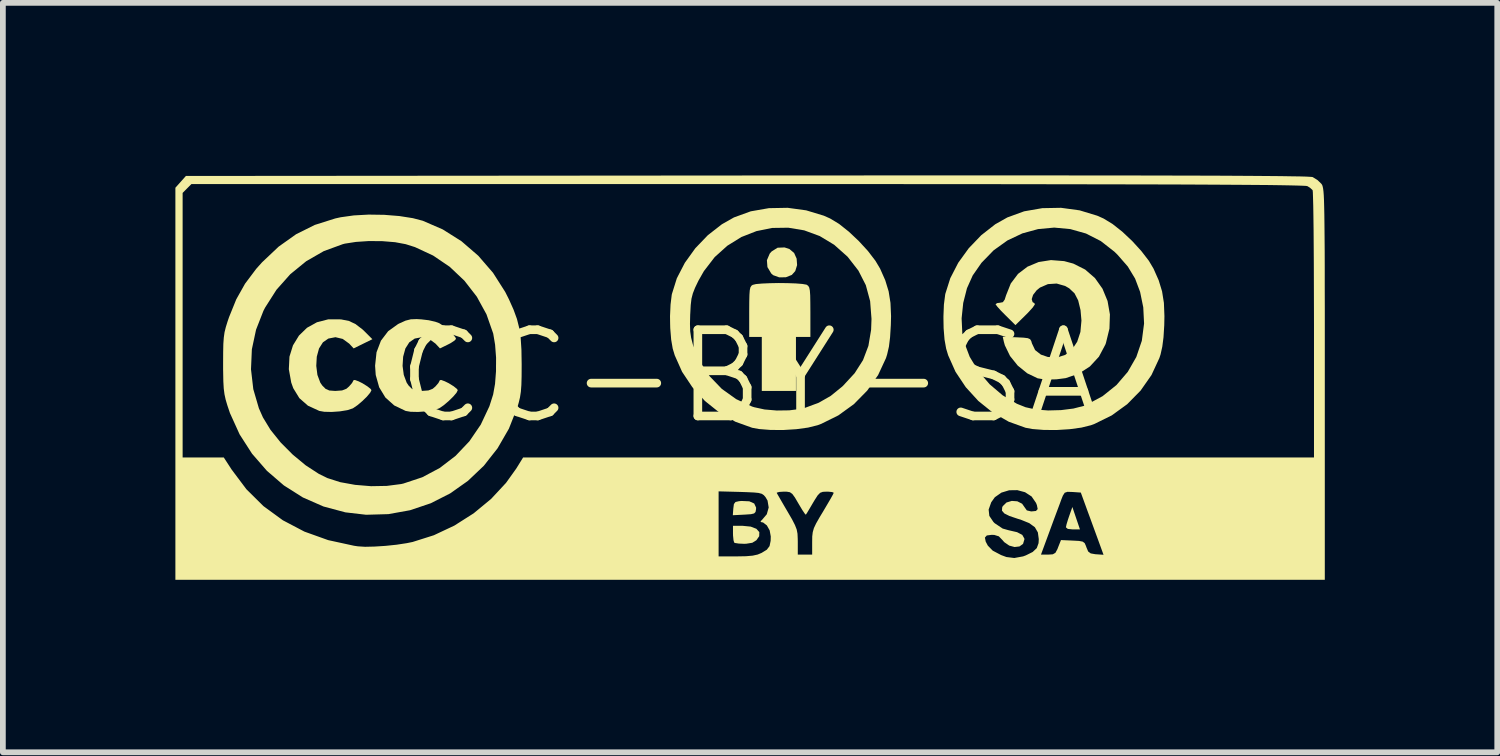
<source format=kicad_pcb>
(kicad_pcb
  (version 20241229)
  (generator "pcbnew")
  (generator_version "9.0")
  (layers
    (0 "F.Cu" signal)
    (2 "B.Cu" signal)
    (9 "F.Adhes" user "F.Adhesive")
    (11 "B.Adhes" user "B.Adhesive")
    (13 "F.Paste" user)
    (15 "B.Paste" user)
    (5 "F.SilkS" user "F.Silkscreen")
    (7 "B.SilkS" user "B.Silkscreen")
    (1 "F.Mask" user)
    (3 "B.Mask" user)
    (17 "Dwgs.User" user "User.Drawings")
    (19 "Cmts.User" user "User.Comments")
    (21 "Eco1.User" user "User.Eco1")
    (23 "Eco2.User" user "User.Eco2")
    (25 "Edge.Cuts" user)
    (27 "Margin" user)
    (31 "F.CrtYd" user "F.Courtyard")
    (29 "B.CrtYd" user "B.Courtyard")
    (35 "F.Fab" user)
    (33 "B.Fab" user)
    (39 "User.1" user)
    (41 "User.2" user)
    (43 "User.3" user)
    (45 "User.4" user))
  (footprint "CC-BY-SA"
    (layer "F.Cu")
    (at 9.979 3.498)
    (property "Reference" "CC-BY-SA" (at 0 0 0) (layer "F.SilkS") (effects (font (size 1.5 1.5) (thickness 0.15))))
    (attr board_only exclude_from_pos_files exclude_from_bom)
    (fp_poly (pts (xy 5.686 2.464) (xy 5.752 2.659) (xy 5.628 2.659) (xy 5.541 2.65) (xy 5.508 2.623) (xy 5.508 2.62) (xy 5.519 2.569) (xy 5.545 2.484) (xy 5.565 2.425) (xy 5.62 2.269)) (stroke (width 0) (type solid)) (fill yes) (layer "F.SilkS"))
    (fp_poly (pts (xy 0.002 2.17) (xy 0.087 2.208) (xy 0.12 2.279) (xy 0.119 2.309) (xy 0.11 2.355) (xy 0.085 2.381) (xy 0.031 2.394) (xy -0.07 2.401) (xy -0.088 2.402) (xy -0.285 2.412) (xy -0.276 2.293) (xy -0.266 2.218) (xy -0.239 2.182) (xy -0.178 2.168) (xy -0.134 2.164)) (stroke (width 0) (type solid)) (fill yes) (layer "F.SilkS"))
    (fp_poly (pts (xy 0.026 2.61) (xy 0.125 2.648) (xy 0.176 2.706) (xy 0.174 2.777) (xy 0.125 2.847) (xy 0.054 2.891) (xy -0.052 2.908) (xy -0.089 2.909) (xy -0.181 2.905) (xy -0.246 2.895) (xy -0.261 2.888) (xy -0.273 2.847) (xy -0.281 2.767) (xy -0.282 2.732) (xy -0.282 2.596) (xy -0.116 2.596)) (stroke (width 0) (type solid)) (fill yes) (layer "F.SilkS"))
    (fp_poly (pts (xy 0.7 -2.217) (xy 0.781 -2.149) (xy 0.825 -2.05) (xy 0.833 -1.938) (xy 0.801 -1.834) (xy 0.741 -1.767) (xy 0.637 -1.726) (xy 0.521 -1.725) (xy 0.418 -1.762) (xy 0.384 -1.791) (xy 0.317 -1.903) (xy 0.308 -2.023) (xy 0.357 -2.138) (xy 0.39 -2.175) (xy 0.493 -2.24) (xy 0.615 -2.245)) (stroke (width 0) (type solid)) (fill yes) (layer "F.SilkS"))
    (fp_poly (pts (xy 0.669 -1.624) (xy 0.811 -1.619) (xy 0.924 -1.61) (xy 0.994 -1.598) (xy 1.003 -1.594) (xy 1.027 -1.576) (xy 1.044 -1.547) (xy 1.055 -1.494) (xy 1.061 -1.409) (xy 1.063 -1.281) (xy 1.064 -1.125) (xy 1.064 -0.688) (xy 0.938 -0.688) (xy 0.813 -0.688) (xy 0.813 -0.219) (xy 0.813 0.25) (xy 0.516 0.25) (xy 0.219 0.25) (xy 0.219 -0.219) (xy 0.219 -0.688) (xy 0.109 -0.688) (xy 0 -0.688) (xy 0 -1.125) (xy 0.001 -1.3) (xy 0.004 -1.422) (xy 0.01 -1.502) (xy 0.021 -1.551) (xy 0.039 -1.579) (xy 0.061 -1.594) (xy 0.118 -1.608) (xy 0.223 -1.617) (xy 0.359 -1.623) (xy 0.513 -1.626)) (stroke (width 0) (type solid)) (fill yes) (layer "F.SilkS"))
    (fp_poly (pts (xy -7.1 -0.994) (xy -6.96 -0.966) (xy -6.848 -0.913) (xy -6.727 -0.821) (xy -6.694 -0.79) (xy -6.553 -0.649) (xy -6.716 -0.569) (xy -6.879 -0.489) (xy -6.956 -0.572) (xy -7.069 -0.654) (xy -7.195 -0.684) (xy -7.319 -0.66) (xy -7.413 -0.595) (xy -7.481 -0.488) (xy -7.52 -0.345) (xy -7.529 -0.185) (xy -7.509 -0.028) (xy -7.459 0.106) (xy -7.424 0.157) (xy -7.366 0.215) (xy -7.302 0.243) (xy -7.207 0.25) (xy -7.19 0.25) (xy -7.08 0.242) (xy -7.005 0.213) (xy -6.959 0.173) (xy -6.907 0.113) (xy -6.882 0.067) (xy -6.882 0.064) (xy -6.857 0.06) (xy -6.794 0.083) (xy -6.726 0.117) (xy -6.641 0.17) (xy -6.584 0.215) (xy -6.569 0.237) (xy -6.592 0.282) (xy -6.649 0.35) (xy -6.728 0.427) (xy -6.813 0.499) (xy -6.889 0.551) (xy -6.897 0.555) (xy -6.989 0.585) (xy -7.119 0.606) (xy -7.261 0.616) (xy -7.39 0.613) (xy -7.476 0.598) (xy -7.674 0.507) (xy -7.823 0.376) (xy -7.929 0.203) (xy -7.964 0.106) (xy -8.006 -0.127) (xy -7.995 -0.346) (xy -7.934 -0.542) (xy -7.83 -0.712) (xy -7.69 -0.848) (xy -7.517 -0.944) (xy -7.319 -0.995)) (stroke (width 0) (type solid)) (fill yes) (layer "F.SilkS"))
    (fp_poly (pts (xy -5.7 -0.994) (xy -5.574 -0.979) (xy -5.46 -0.953) (xy -5.391 -0.928) (xy -5.313 -0.878) (xy -5.229 -0.81) (xy -5.156 -0.739) (xy -5.108 -0.679) (xy -5.099 -0.654) (xy -5.125 -0.625) (xy -5.19 -0.582) (xy -5.238 -0.557) (xy -5.378 -0.489) (xy -5.455 -0.572) (xy -5.567 -0.655) (xy -5.693 -0.684) (xy -5.817 -0.66) (xy -5.911 -0.595) (xy -5.979 -0.488) (xy -6.018 -0.345) (xy -6.028 -0.185) (xy -6.007 -0.028) (xy -5.957 0.106) (xy -5.923 0.157) (xy -5.864 0.215) (xy -5.801 0.243) (xy -5.706 0.25) (xy -5.689 0.25) (xy -5.579 0.242) (xy -5.504 0.213) (xy -5.457 0.173) (xy -5.405 0.113) (xy -5.381 0.067) (xy -5.38 0.064) (xy -5.356 0.06) (xy -5.293 0.083) (xy -5.224 0.117) (xy -5.139 0.17) (xy -5.083 0.215) (xy -5.068 0.237) (xy -5.09 0.282) (xy -5.148 0.35) (xy -5.227 0.427) (xy -5.312 0.499) (xy -5.388 0.551) (xy -5.396 0.555) (xy -5.488 0.585) (xy -5.617 0.606) (xy -5.759 0.616) (xy -5.889 0.613) (xy -5.975 0.598) (xy -6.173 0.503) (xy -6.327 0.365) (xy -6.435 0.187) (xy -6.495 -0.027) (xy -6.506 -0.188) (xy -6.481 -0.422) (xy -6.404 -0.624) (xy -6.279 -0.788) (xy -6.107 -0.912) (xy -6.083 -0.924) (xy -5.976 -0.972) (xy -5.886 -0.995) (xy -5.782 -0.999)) (stroke (width 0) (type solid)) (fill yes) (layer "F.SilkS"))
    (fp_poly (pts (xy 5.477 -2.007) (xy 5.636 -1.964) (xy 5.843 -1.86) (xy 6.013 -1.712) (xy 6.144 -1.527) (xy 6.232 -1.314) (xy 6.273 -1.08) (xy 6.265 -0.834) (xy 6.204 -0.584) (xy 6.194 -0.556) (xy 6.082 -0.345) (xy 5.925 -0.175) (xy 5.73 -0.049) (xy 5.503 0.028) (xy 5.34 0.049) (xy 5.212 0.051) (xy 5.095 0.044) (xy 5.016 0.031) (xy 4.835 -0.056) (xy 4.67 -0.19) (xy 4.536 -0.357) (xy 4.446 -0.542) (xy 4.429 -0.603) (xy 4.409 -0.691) (xy 4.65 -0.682) (xy 4.772 -0.676) (xy 4.845 -0.667) (xy 4.885 -0.649) (xy 4.905 -0.617) (xy 4.917 -0.576) (xy 4.972 -0.46) (xy 5.073 -0.381) (xy 5.194 -0.34) (xy 5.356 -0.331) (xy 5.497 -0.377) (xy 5.615 -0.47) (xy 5.704 -0.605) (xy 5.76 -0.775) (xy 5.778 -0.973) (xy 5.762 -1.155) (xy 5.721 -1.324) (xy 5.658 -1.446) (xy 5.565 -1.534) (xy 5.494 -1.575) (xy 5.347 -1.617) (xy 5.195 -1.607) (xy 5.057 -1.547) (xy 5 -1.501) (xy 4.937 -1.42) (xy 4.913 -1.346) (xy 4.929 -1.293) (xy 4.959 -1.277) (xy 4.968 -1.255) (xy 4.93 -1.199) (xy 4.846 -1.107) (xy 4.819 -1.08) (xy 4.63 -0.894) (xy 4.458 -1.064) (xy 4.376 -1.147) (xy 4.315 -1.215) (xy 4.286 -1.254) (xy 4.285 -1.258) (xy 4.312 -1.277) (xy 4.36 -1.283) (xy 4.411 -1.293) (xy 4.443 -1.337) (xy 4.468 -1.415) (xy 4.549 -1.618) (xy 4.675 -1.785) (xy 4.839 -1.91) (xy 5.033 -1.991) (xy 5.248 -2.025)) (stroke (width 0) (type solid)) (fill yes) (layer "F.SilkS"))
    (fp_poly (pts (xy 5.746 -2.89) (xy 6.052 -2.797) (xy 6.162 -2.748) (xy 6.317 -2.654) (xy 6.488 -2.519) (xy 6.66 -2.357) (xy 6.818 -2.184) (xy 6.95 -2.013) (xy 7.031 -1.877) (xy 7.121 -1.674) (xy 7.18 -1.481) (xy 7.212 -1.28) (xy 7.221 -1.05) (xy 7.218 -0.893) (xy 7.205 -0.683) (xy 7.184 -0.52) (xy 7.154 -0.385) (xy 7.133 -0.321) (xy 6.996 -0.026) (xy 6.807 0.244) (xy 6.574 0.481) (xy 6.305 0.676) (xy 6.007 0.823) (xy 5.943 0.847) (xy 5.778 0.888) (xy 5.573 0.916) (xy 5.349 0.93) (xy 5.126 0.929) (xy 4.925 0.913) (xy 4.806 0.891) (xy 4.514 0.786) (xy 4.237 0.628) (xy 3.985 0.425) (xy 3.766 0.185) (xy 3.588 -0.082) (xy 3.46 -0.369) (xy 3.425 -0.485) (xy 3.397 -0.642) (xy 3.381 -0.838) (xy 3.378 -1.012) (xy 3.694 -1.012) (xy 3.706 -0.753) (xy 3.735 -0.606) (xy 3.835 -0.342) (xy 3.987 -0.092) (xy 4.182 0.135) (xy 4.408 0.327) (xy 4.656 0.474) (xy 4.806 0.534) (xy 4.985 0.574) (xy 5.198 0.59) (xy 5.423 0.584) (xy 5.638 0.557) (xy 5.821 0.51) (xy 5.86 0.495) (xy 6.145 0.342) (xy 6.387 0.148) (xy 6.584 -0.082) (xy 6.732 -0.34) (xy 6.828 -0.622) (xy 6.867 -0.922) (xy 6.853 -1.203) (xy 6.798 -1.472) (xy 6.711 -1.703) (xy 6.584 -1.913) (xy 6.406 -2.117) (xy 6.351 -2.171) (xy 6.114 -2.356) (xy 5.857 -2.487) (xy 5.584 -2.564) (xy 5.304 -2.59) (xy 5.024 -2.564) (xy 4.75 -2.489) (xy 4.49 -2.366) (xy 4.251 -2.195) (xy 4.04 -1.978) (xy 3.887 -1.758) (xy 3.787 -1.535) (xy 3.722 -1.28) (xy 3.694 -1.012) (xy 3.378 -1.012) (xy 3.378 -1.049) (xy 3.386 -1.251) (xy 3.408 -1.423) (xy 3.411 -1.439) (xy 3.497 -1.71) (xy 3.635 -1.978) (xy 3.818 -2.231) (xy 4.036 -2.458) (xy 4.279 -2.648) (xy 4.49 -2.767) (xy 4.781 -2.873) (xy 5.097 -2.928) (xy 5.423 -2.934)) (stroke (width 0) (type solid)) (fill yes) (layer "F.SilkS"))
    (fp_poly (pts (xy 0.991 -2.89) (xy 1.298 -2.797) (xy 1.408 -2.748) (xy 1.563 -2.654) (xy 1.733 -2.519) (xy 1.905 -2.357) (xy 2.064 -2.184) (xy 2.195 -2.013) (xy 2.276 -1.877) (xy 2.366 -1.674) (xy 2.425 -1.481) (xy 2.457 -1.28) (xy 2.467 -1.05) (xy 2.463 -0.893) (xy 2.45 -0.683) (xy 2.43 -0.52) (xy 2.399 -0.385) (xy 2.379 -0.321) (xy 2.242 -0.026) (xy 2.053 0.244) (xy 1.82 0.481) (xy 1.55 0.676) (xy 1.253 0.823) (xy 1.189 0.847) (xy 1.024 0.888) (xy 0.819 0.916) (xy 0.594 0.93) (xy 0.371 0.929) (xy 0.17 0.913) (xy 0.051 0.891) (xy -0.241 0.786) (xy -0.517 0.628) (xy -0.77 0.425) (xy -0.989 0.185) (xy -1.167 -0.082) (xy -1.295 -0.369) (xy -1.33 -0.485) (xy -1.357 -0.642) (xy -1.373 -0.838) (xy -1.375 -0.914) (xy -1.03 -0.914) (xy -1.026 -0.786) (xy -1.01 -0.675) (xy -0.98 -0.558) (xy -0.974 -0.539) (xy -0.857 -0.259) (xy -0.688 -0.005) (xy -0.476 0.215) (xy -0.227 0.393) (xy 0.05 0.522) (xy 0.088 0.534) (xy 0.267 0.573) (xy 0.479 0.591) (xy 0.697 0.588) (xy 0.895 0.563) (xy 0.972 0.544) (xy 1.209 0.456) (xy 1.416 0.338) (xy 1.617 0.175) (xy 1.633 0.16) (xy 1.834 -0.058) (xy 1.979 -0.285) (xy 2.073 -0.533) (xy 2.12 -0.812) (xy 2.127 -1.002) (xy 2.103 -1.311) (xy 2.028 -1.589) (xy 1.899 -1.842) (xy 1.713 -2.081) (xy 1.709 -2.085) (xy 1.478 -2.291) (xy 1.226 -2.443) (xy 0.957 -2.542) (xy 0.68 -2.588) (xy 0.401 -2.584) (xy 0.127 -2.529) (xy -0.136 -2.426) (xy -0.381 -2.274) (xy -0.6 -2.077) (xy -0.788 -1.833) (xy -0.883 -1.666) (xy -0.942 -1.543) (xy -0.98 -1.446) (xy -1.004 -1.353) (xy -1.017 -1.242) (xy -1.025 -1.092) (xy -1.026 -1.082) (xy -1.03 -0.914) (xy -1.375 -0.914) (xy -1.377 -1.049) (xy -1.368 -1.251) (xy -1.347 -1.423) (xy -1.343 -1.439) (xy -1.258 -1.71) (xy -1.119 -1.978) (xy -0.937 -2.231) (xy -0.719 -2.458) (xy -0.475 -2.648) (xy -0.265 -2.767) (xy 0.027 -2.873) (xy 0.342 -2.928) (xy 0.669 -2.934)) (stroke (width 0) (type solid)) (fill yes) (layer "F.SilkS"))
    (fp_poly (pts (xy -6.347 -2.812) (xy -6.085 -2.791) (xy -5.849 -2.754) (xy -5.677 -2.709) (xy -5.329 -2.558) (xy -5.004 -2.353) (xy -4.711 -2.1) (xy -4.455 -1.804) (xy -4.243 -1.471) (xy -4.178 -1.342) (xy -4.098 -1.163) (xy -4.039 -1.001) (xy -3.999 -0.842) (xy -3.974 -0.669) (xy -3.961 -0.466) (xy -3.957 -0.217) (xy -3.957 -0.203) (xy -3.958 -0.004) (xy -3.962 0.147) (xy -3.971 0.264) (xy -3.986 0.362) (xy -4.008 0.454) (xy -4.03 0.53) (xy -4.179 0.907) (xy -4.376 1.248) (xy -4.615 1.552) (xy -4.892 1.815) (xy -5.201 2.033) (xy -5.538 2.204) (xy -5.897 2.325) (xy -6.274 2.393) (xy -6.662 2.404) (xy -7.023 2.362) (xy -7.404 2.26) (xy -7.762 2.103) (xy -8.092 1.894) (xy -8.388 1.639) (xy -8.646 1.342) (xy -8.862 1.006) (xy -9.03 0.636) (xy -9.076 0.499) (xy -9.105 0.401) (xy -9.125 0.309) (xy -9.138 0.208) (xy -9.145 0.086) (xy -9.148 -0.074) (xy -9.149 -0.125) (xy -8.664 -0.125) (xy -8.624 0.22) (xy -8.527 0.552) (xy -8.457 0.71) (xy -8.325 0.927) (xy -8.148 1.147) (xy -7.939 1.357) (xy -7.713 1.544) (xy -7.484 1.693) (xy -7.335 1.766) (xy -7.113 1.837) (xy -6.853 1.884) (xy -6.576 1.907) (xy -6.302 1.902) (xy -6.054 1.87) (xy -6.014 1.861) (xy -5.686 1.752) (xy -5.381 1.59) (xy -5.106 1.379) (xy -4.866 1.126) (xy -4.668 0.836) (xy -4.518 0.517) (xy -4.453 0.313) (xy -4.42 0.128) (xy -4.403 -0.093) (xy -4.402 -0.328) (xy -4.419 -0.553) (xy -4.451 -0.743) (xy -4.453 -0.751) (xy -4.569 -1.082) (xy -4.738 -1.39) (xy -4.953 -1.667) (xy -5.208 -1.908) (xy -5.497 -2.104) (xy -5.813 -2.251) (xy -5.975 -2.302) (xy -6.158 -2.336) (xy -6.379 -2.354) (xy -6.614 -2.356) (xy -6.839 -2.341) (xy -7.032 -2.311) (xy -7.067 -2.302) (xy -7.398 -2.181) (xy -7.704 -2.005) (xy -7.981 -1.779) (xy -8.221 -1.509) (xy -8.418 -1.2) (xy -8.448 -1.142) (xy -8.576 -0.815) (xy -8.649 -0.473) (xy -8.664 -0.125) (xy -9.149 -0.125) (xy -9.149 -0.235) (xy -9.148 -0.425) (xy -9.145 -0.568) (xy -9.137 -0.678) (xy -9.124 -0.77) (xy -9.102 -0.859) (xy -9.071 -0.959) (xy -9.046 -1.032) (xy -8.92 -1.343) (xy -8.767 -1.615) (xy -8.574 -1.872) (xy -8.472 -1.986) (xy -8.183 -2.259) (xy -7.879 -2.475) (xy -7.553 -2.637) (xy -7.199 -2.749) (xy -7.104 -2.77) (xy -6.875 -2.802) (xy -6.617 -2.816)) (stroke (width 0) (type solid)) (fill yes) (layer "F.SilkS"))
    (fp_poly (pts (xy 5.003 -3.498) (xy 5.647 -3.497) (xy 6.238 -3.497) (xy 6.778 -3.496) (xy 7.268 -3.495) (xy 7.71 -3.494) (xy 8.105 -3.493) (xy 8.455 -3.491) (xy 8.761 -3.489) (xy 9.025 -3.487) (xy 9.247 -3.485) (xy 9.43 -3.482) (xy 9.575 -3.48) (xy 9.682 -3.477) (xy 9.755 -3.473) (xy 9.793 -3.47) (xy 9.8 -3.468) (xy 9.884 -3.416) (xy 9.948 -3.354) (xy 9.958 -3.341) (xy 9.967 -3.324) (xy 9.974 -3.3) (xy 9.981 -3.266) (xy 9.987 -3.217) (xy 9.992 -3.152) (xy 9.996 -3.065) (xy 9.999 -2.953) (xy 10.002 -2.813) (xy 10.004 -2.642) (xy 10.006 -2.435) (xy 10.008 -2.19) (xy 10.009 -1.902) (xy 10.009 -1.568) (xy 10.01 -1.185) (xy 10.01 -0.749) (xy 10.01 -0.256) (xy 10.01 0.129) (xy 10.01 3.535) (xy 0.016 3.535) (xy -9.979 3.535) (xy -9.979 1.408) (xy -9.853 1.408) (xy -9.495 1.408) (xy -9.137 1.408) (xy -9 1.619) (xy -8.744 1.96) (xy -8.447 2.254) (xy -8.11 2.5) (xy -7.735 2.697) (xy -7.322 2.845) (xy -6.872 2.943) (xy -6.804 2.953) (xy -6.68 2.961) (xy -6.514 2.957) (xy -6.325 2.945) (xy -6.133 2.925) (xy -5.956 2.898) (xy -5.853 2.877) (xy -5.484 2.76) (xy -5.127 2.592) (xy -4.792 2.379) (xy -4.489 2.129) (xy -4.366 1.997) (xy -0.532 1.997) (xy -0.532 2.562) (xy -0.532 3.128) (xy -0.218 3.128) (xy -0.056 3.125) (xy 0.06 3.115) (xy 0.147 3.096) (xy 0.216 3.067) (xy 0.306 3.012) (xy 0.354 2.949) (xy 0.373 2.857) (xy 0.375 2.781) (xy 0.356 2.676) (xy 0.307 2.589) (xy 0.241 2.538) (xy 0.211 2.533) (xy 0.196 2.519) (xy 0.222 2.494) (xy 0.306 2.395) (xy 0.339 2.277) (xy 0.319 2.157) (xy 0.283 2.096) (xy 0.254 2.063) (xy 0.22 2.04) (xy 0.168 2.026) (xy 0.167 2.025) (xy 0.479 2.025) (xy 0.499 2.06) (xy 0.544 2.138) (xy 0.606 2.245) (xy 0.668 2.351) (xy 0.746 2.485) (xy 0.796 2.583) (xy 0.826 2.66) (xy 0.84 2.734) (xy 0.844 2.822) (xy 0.845 2.875) (xy 0.845 3.097) (xy 0.97 3.097) (xy 1.095 3.097) (xy 1.095 2.879) (xy 1.096 2.801) (xy 4.099 2.801) (xy 4.113 2.871) (xy 4.15 2.941) (xy 4.235 3.028) (xy 4.381 3.105) (xy 4.473 3.139) (xy 4.61 3.156) (xy 4.763 3.128) (xy 4.809 3.111) (xy 4.838 3.097) (xy 5.074 3.097) (xy 5.198 3.097) (xy 5.279 3.092) (xy 5.325 3.066) (xy 5.36 3.002) (xy 5.372 2.97) (xy 5.422 2.844) (xy 5.625 2.853) (xy 5.735 2.859) (xy 5.799 2.871) (xy 5.834 2.897) (xy 5.856 2.946) (xy 5.865 2.972) (xy 5.895 3.043) (xy 5.939 3.076) (xy 6.018 3.09) (xy 6.032 3.091) (xy 6.162 3.1) (xy 6.056 2.809) (xy 5.996 2.645) (xy 5.931 2.467) (xy 5.872 2.307) (xy 5.858 2.268) (xy 5.767 2.018) (xy 5.624 2.008) (xy 5.535 2.005) (xy 5.487 2.021) (xy 5.455 2.071) (xy 5.43 2.133) (xy 5.401 2.213) (xy 5.355 2.336) (xy 5.299 2.486) (xy 5.239 2.649) (xy 5.227 2.682) (xy 5.074 3.097) (xy 4.838 3.097) (xy 4.93 3.051) (xy 5.001 2.984) (xy 5.032 2.898) (xy 5.036 2.828) (xy 5.02 2.711) (xy 4.968 2.621) (xy 4.871 2.55) (xy 4.721 2.489) (xy 4.673 2.475) (xy 4.527 2.426) (xy 4.437 2.381) (xy 4.396 2.333) (xy 4.399 2.278) (xy 4.409 2.255) (xy 4.474 2.191) (xy 4.566 2.163) (xy 4.663 2.17) (xy 4.746 2.212) (xy 4.786 2.269) (xy 4.828 2.328) (xy 4.903 2.346) (xy 4.908 2.346) (xy 4.987 2.338) (xy 5.017 2.305) (xy 5.003 2.236) (xy 4.988 2.198) (xy 4.911 2.086) (xy 4.797 2.012) (xy 4.663 1.976) (xy 4.521 1.978) (xy 4.386 2.019) (xy 4.272 2.099) (xy 4.209 2.187) (xy 4.164 2.314) (xy 4.176 2.424) (xy 4.247 2.529) (xy 4.269 2.551) (xy 4.408 2.644) (xy 4.511 2.673) (xy 4.659 2.707) (xy 4.749 2.754) (xy 4.785 2.818) (xy 4.786 2.832) (xy 4.762 2.911) (xy 4.7 2.955) (xy 4.615 2.965) (xy 4.522 2.94) (xy 4.435 2.88) (xy 4.405 2.845) (xy 4.341 2.779) (xy 4.263 2.755) (xy 4.217 2.753) (xy 4.132 2.764) (xy 4.099 2.801) (xy 1.096 2.801) (xy 1.096 2.783) (xy 1.105 2.707) (xy 1.125 2.636) (xy 1.164 2.554) (xy 1.226 2.445) (xy 1.283 2.351) (xy 1.356 2.227) (xy 1.417 2.123) (xy 1.457 2.051) (xy 1.47 2.021) (xy 1.442 2.009) (xy 1.373 2.002) (xy 1.347 2.002) (xy 1.281 2.005) (xy 1.234 2.022) (xy 1.191 2.066) (xy 1.139 2.147) (xy 1.109 2.197) (xy 1.052 2.294) (xy 1.008 2.368) (xy 0.985 2.403) (xy 0.985 2.404) (xy 0.966 2.384) (xy 0.924 2.322) (xy 0.869 2.23) (xy 0.856 2.208) (xy 0.795 2.104) (xy 0.75 2.042) (xy 0.708 2.012) (xy 0.655 2.003) (xy 0.601 2.002) (xy 0.523 2.007) (xy 0.481 2.019) (xy 0.479 2.025) (xy 0.167 2.025) (xy 0.087 2.017) (xy -0.036 2.011) (xy -0.155 2.007) (xy -0.532 1.997) (xy -4.366 1.997) (xy -4.228 1.848) (xy -4.052 1.602) (xy -3.932 1.408) (xy 2.945 1.408) (xy 9.822 1.408) (xy 9.822 -0.899) (xy 9.821 -1.274) (xy 9.82 -1.631) (xy 9.819 -1.965) (xy 9.817 -2.271) (xy 9.815 -2.544) (xy 9.812 -2.779) (xy 9.809 -2.971) (xy 9.805 -3.115) (xy 9.802 -3.207) (xy 9.798 -3.241) (xy 9.754 -3.282) (xy 9.707 -3.311) (xy 9.684 -3.315) (xy 9.627 -3.318) (xy 9.536 -3.321) (xy 9.41 -3.324) (xy 9.245 -3.327) (xy 9.042 -3.33) (xy 8.799 -3.332) (xy 8.513 -3.334) (xy 8.185 -3.336) (xy 7.811 -3.338) (xy 7.392 -3.34) (xy 6.925 -3.341) (xy 6.409 -3.342) (xy 5.843 -3.343) (xy 5.225 -3.344) (xy 4.553 -3.345) (xy 3.827 -3.346) (xy 3.044 -3.346) (xy 2.204 -3.347) (xy 1.304 -3.347) (xy 0.344 -3.347) (xy -0.031 -3.347) (xy -9.7 -3.347) (xy -9.777 -3.27) (xy -9.853 -3.193) (xy -9.853 -0.893) (xy -9.853 1.408) (xy -9.979 1.408) (xy -9.979 0.126) (xy -9.979 -3.283) (xy -9.887 -3.386) (xy -9.796 -3.488) (xy -0.042 -3.496) (xy 0.947 -3.497) (xy 1.875 -3.497) (xy 2.743 -3.498) (xy 3.553 -3.498) (xy 4.306 -3.498)) (stroke (width 0) (type solid)) (fill yes) (layer "F.SilkS")))
  (gr_rect
    (start -3 -3)
    (end 22.988 10.033)
    (stroke (width 0.1) (type default))
    (fill no)
    (layer "Edge.Cuts")))
</source>
